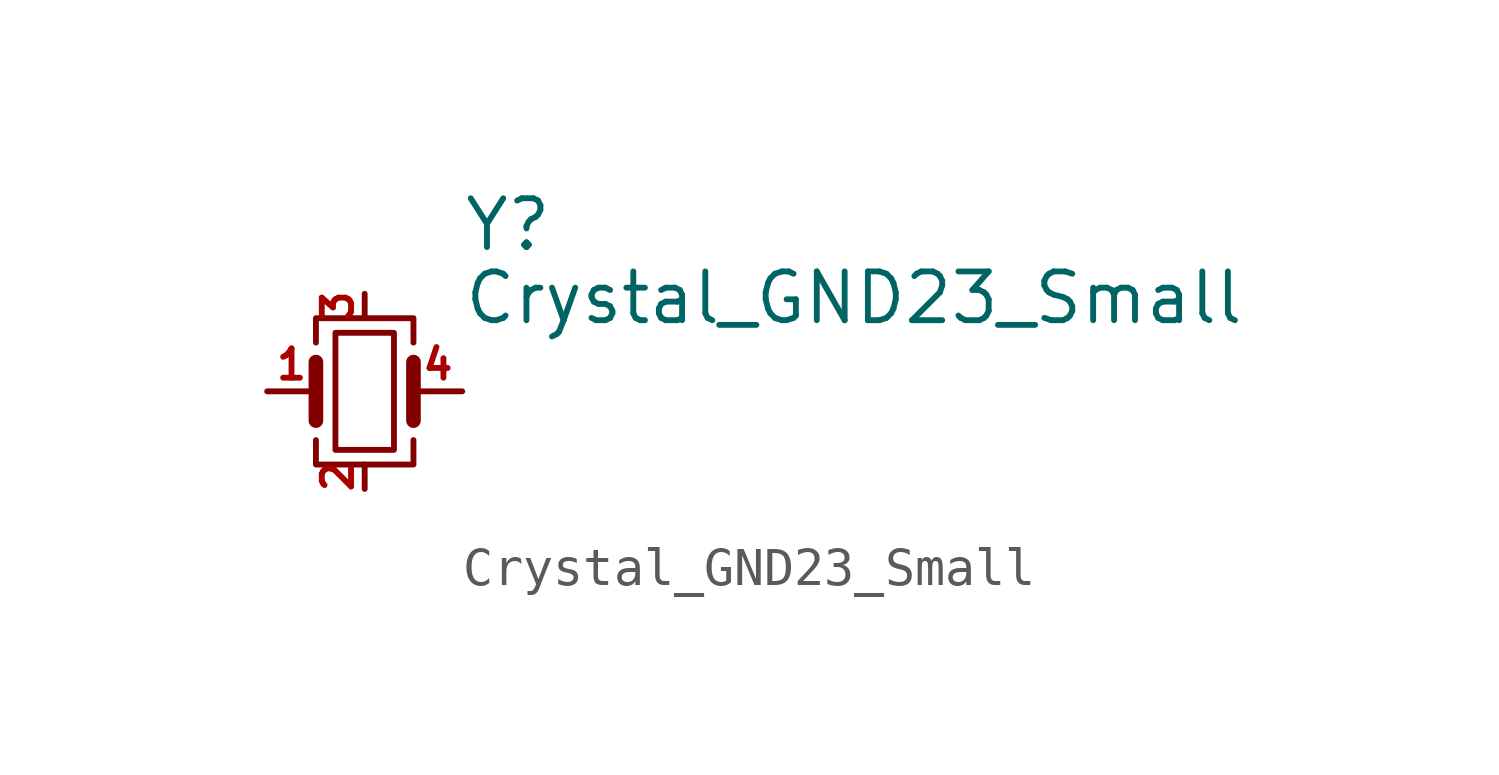
<source format=kicad_sym>
(kicad_symbol_lib
  (version 20241209)
  (generator "kicad_symbol_editor")
  (generator_version "9.0")
  (symbol "Crystal_GND23_Small"
    (pin_names
      (offset 1.016)
      (hide yes))
    (property "Reference" "Y"
      (at 5.08 5.08 0)
      (effects (font (size 1.27 1.27)) (justify left top)))
    (property "Value" "Crystal_GND23_Small"
      (at 5.08 3.175 0)
      (effects (font (size 1.27 1.27)) (justify left top)))
    (symbol "Crystal_GND23_Small_0_1"
      (polyline (pts (xy 1.27 1.27) (xy 1.27 1.905) (xy 3.81 1.905) (xy 3.81 1.27)) (stroke (width 0) (type default)) (fill (type none)))
      (polyline (pts (xy 1.27 -0.762) (xy 1.27 0.762)) (stroke (width 0.381) (type default)) (fill (type none)))
      (polyline (pts (xy 1.27 -1.27) (xy 1.27 -1.905) (xy 3.81 -1.905) (xy 3.81 -1.27)) (stroke (width 0) (type default)) (fill (type none)))
      (rectangle (start 1.778 -1.524) (end 3.302 1.524) (stroke (width 0) (type default)) (fill (type none)))
      (polyline (pts (xy 3.81 -0.762) (xy 3.81 0.762)) (stroke (width 0.381) (type default)) (fill (type none))))
    (symbol "Crystal_GND23_Small_1_1"
      (pin passive line (at 0 0 0) (length 1.27) (name "1" (effects (font (size 1.27 1.27)))) (number "1" (effects (font (size 0.762 0.762)))))
      (pin passive line (at 2.54 2.54 270) (length 0.635) (name "3" (effects (font (size 1.27 1.27)))) (number "3" (effects (font (size 0.762 0.762)))))
      (pin passive line (at 2.54 -2.54 90) (length 0.635) (name "2" (effects (font (size 1.27 1.27)))) (number "2" (effects (font (size 0.762 0.762)))))
      (pin passive line (at 5.08 0 180) (length 1.27) (name "4" (effects (font (size 1.27 1.27)))) (number "4" (effects (font (size 0.762 0.762))))))))
</source>
